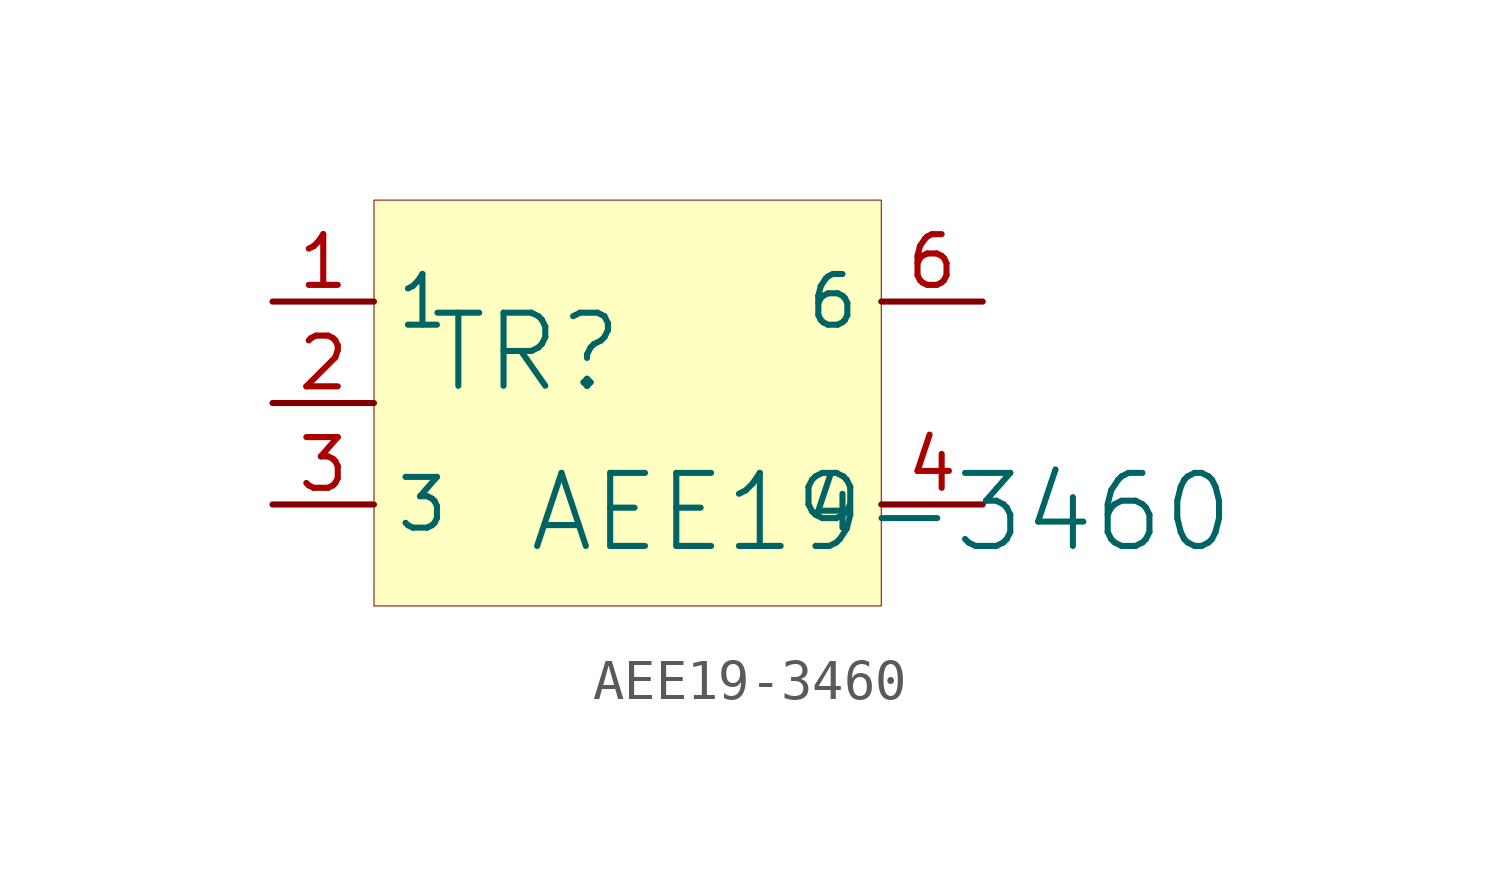
<source format=kicad_sym>
(kicad_symbol_lib
  (version 20241209)
  (generator "kicad_symbol_editor")
  (generator_version "9.0")
  (symbol "AEE19-3460"
    (property "Reference" "TR"
      (at -1.27 1.27 0)
      (effects (font (size 1.829 1.829))))
    (property "Value" "AEE19-3460"
      (at -1.27 -3.81 0)
      (effects (font (size 1.829 1.829)) (justify left bottom)))
    (symbol "AEE19-3460_1_0"
      (rectangle (start 7.62 5.08) (end -5.08 -5.08) (stroke (width 0.025) (type solid) (color 128 0 0 1)) (fill (type background)))
      (pin passive line (at -7.62 2.54 0) (length 2.54) (name "1" (effects (font (size 1.27 1.27)))) (number "1" (effects (font (size 1.27 1.27)))))
      (pin passive line (at -7.62 0 0) (length 2.54) (name "" (effects (font (size 1.27 1.27)))) (number "2" (effects (font (size 1.27 1.27)))))
      (pin passive line (at -7.62 -2.54 0) (length 2.54) (name "3" (effects (font (size 1.27 1.27)))) (number "3" (effects (font (size 1.27 1.27)))))
      (pin passive line (at 10.16 2.54 180) (length 2.54) (name "6" (effects (font (size 1.27 1.27)))) (number "6" (effects (font (size 1.27 1.27)))))
      (pin passive line (at 10.16 -2.54 180) (length 2.54) (name "4" (effects (font (size 1.27 1.27)))) (number "4" (effects (font (size 1.27 1.27))))))))
</source>
